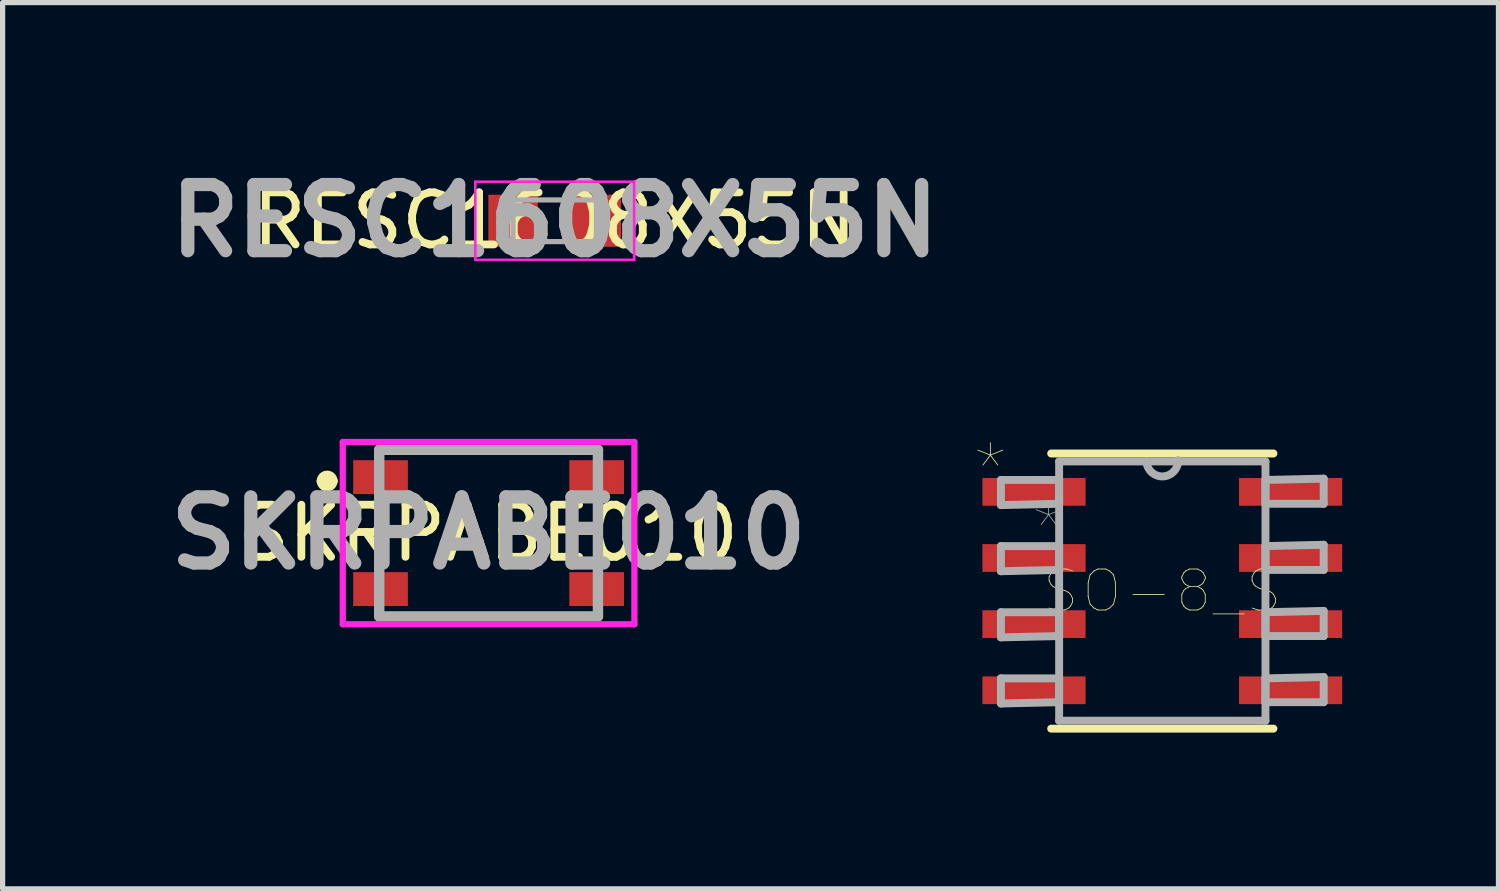
<source format=kicad_pcb>
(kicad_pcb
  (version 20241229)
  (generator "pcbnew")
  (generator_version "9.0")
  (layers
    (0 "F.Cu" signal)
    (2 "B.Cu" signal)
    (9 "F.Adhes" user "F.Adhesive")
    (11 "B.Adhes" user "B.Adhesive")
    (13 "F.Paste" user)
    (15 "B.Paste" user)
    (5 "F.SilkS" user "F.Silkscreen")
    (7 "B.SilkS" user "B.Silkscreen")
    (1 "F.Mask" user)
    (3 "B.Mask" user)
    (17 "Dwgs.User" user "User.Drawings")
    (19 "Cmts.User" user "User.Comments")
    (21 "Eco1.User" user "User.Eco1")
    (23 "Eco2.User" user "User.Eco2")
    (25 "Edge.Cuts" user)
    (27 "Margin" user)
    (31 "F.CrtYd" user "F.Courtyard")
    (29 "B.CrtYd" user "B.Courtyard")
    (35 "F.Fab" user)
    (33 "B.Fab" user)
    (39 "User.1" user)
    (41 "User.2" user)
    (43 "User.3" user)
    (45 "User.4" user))
  (footprint "SKRPABE010"
    (layer "F.Cu")
    (at 6.332 7.187)
    (property "Reference" "SKRPABE010" (at 0 0 0) (layer "F.SilkS") (effects (font (size 1 1) (thickness 0.15))))
    (attr smd)
    (fp_line (start -3.2 -1) (end -3.2 -1) (stroke (width 0.2) (type solid)) (layer "F.SilkS"))
    (fp_line (start -3 -1) (end -3 -1) (stroke (width 0.1) (type solid)) (layer "F.SilkS"))
    (fp_line (start -3 -1) (end -3 -1) (stroke (width 0.2) (type solid)) (layer "F.SilkS"))
    (fp_line (start -2.1 -0.4) (end -2.1 0.4) (stroke (width 0.1) (type solid)) (layer "F.SilkS"))
    (fp_line (start -1.2 -1.6) (end 1.2 -1.6) (stroke (width 0.1) (type solid)) (layer "F.SilkS"))
    (fp_line (start -1.2 1.6) (end 1.2 1.6) (stroke (width 0.1) (type solid)) (layer "F.SilkS"))
    (fp_line (start 2.1 -0.4) (end 2.1 0.4) (stroke (width 0.1) (type solid)) (layer "F.SilkS"))
    (fp_arc (start -3.2 -1) (mid -3.1 -1.1) (end -3 -1) (stroke (width 0.2) (type solid)) (layer "F.SilkS"))
    (fp_arc (start -3 -1) (mid -3.1 -0.9) (end -3.2 -1) (stroke (width 0.2) (type solid)) (layer "F.SilkS"))
    (fp_line (start -2.8 -1.75) (end -2.8 1.75) (stroke (width 0.12) (type solid)) (layer "F.CrtYd"))
    (fp_line (start -2.8 1.75) (end 2.8 1.75) (stroke (width 0.12) (type solid)) (layer "F.CrtYd"))
    (fp_line (start 2.8 -1.75) (end -2.8 -1.75) (stroke (width 0.12) (type solid)) (layer "F.CrtYd"))
    (fp_line (start 2.8 1.75) (end 2.8 -1.75) (stroke (width 0.12) (type solid)) (layer "F.CrtYd"))
    (fp_line (start -2.1 -1.6) (end 2.1 -1.6) (stroke (width 0.2) (type solid)) (layer "F.Fab"))
    (fp_line (start -2.1 1.6) (end -2.1 -1.6) (stroke (width 0.2) (type solid)) (layer "F.Fab"))
    (fp_line (start 2.1 -1.6) (end 2.1 1.6) (stroke (width 0.2) (type solid)) (layer "F.Fab"))
    (fp_line (start 2.1 1.6) (end -2.1 1.6) (stroke (width 0.2) (type solid)) (layer "F.Fab"))
    (fp_text user "${REFERENCE}" (at 0 0 0) (layer "F.Fab") (effects (font (size 1.27 1.27) (thickness 0.254))))
    (pad "1" smd rect (at -2.075 -1.075 90) (size 0.65 1.05) (layers "F.Cu" "F.Mask" "F.Paste"))
    (pad "2" smd rect (at 2.075 -1.075 90) (size 0.65 1.05) (layers "F.Cu" "F.Mask" "F.Paste"))
    (pad "3" smd rect (at -2.075 1.075 90) (size 0.65 1.05) (layers "F.Cu" "F.Mask" "F.Paste"))
    (pad "4" smd rect (at 2.075 1.075 90) (size 0.65 1.05) (layers "F.Cu" "F.Mask" "F.Paste")))
  (footprint "RESC1608X55N"
    (layer "F.Cu")
    (at 7.602 1.189)
    (property "Reference" "RESC1608X55N" (at 0 0 0) (layer "F.SilkS") (effects (font (size 1 1) (thickness 0.15))))
    (attr smd)
    (fp_line (start -1.525 -0.75) (end 1.525 -0.75) (stroke (width 0.05) (type solid)) (layer "F.CrtYd"))
    (fp_line (start -1.525 0.75) (end -1.525 -0.75) (stroke (width 0.05) (type solid)) (layer "F.CrtYd"))
    (fp_line (start 1.525 -0.75) (end 1.525 0.75) (stroke (width 0.05) (type solid)) (layer "F.CrtYd"))
    (fp_line (start 1.525 0.75) (end -1.525 0.75) (stroke (width 0.05) (type solid)) (layer "F.CrtYd"))
    (fp_line (start -0.8 -0.4) (end 0.8 -0.4) (stroke (width 0.1) (type solid)) (layer "F.Fab"))
    (fp_line (start -0.8 0.4) (end -0.8 -0.4) (stroke (width 0.1) (type solid)) (layer "F.Fab"))
    (fp_line (start 0.8 -0.4) (end 0.8 0.4) (stroke (width 0.1) (type solid)) (layer "F.Fab"))
    (fp_line (start 0.8 0.4) (end -0.8 0.4) (stroke (width 0.1) (type solid)) (layer "F.Fab"))
    (fp_text user "${REFERENCE}" (at 0 0 0) (layer "F.Fab") (effects (font (size 1.27 1.27) (thickness 0.254))))
    (pad "1" smd rect (at -0.8 0) (size 0.95 1) (layers "F.Cu" "F.Mask" "F.Paste"))
    (pad "2" smd rect (at 0.8 0) (size 0.95 1) (layers "F.Cu" "F.Mask" "F.Paste")))
  (footprint "SO-8_S"
    (layer "F.Cu")
    (at 19.269 8.3)
    (property "Reference" "SO-8_S" (at 0 0 0) (layer "F.SilkS") (effects (font (size 0.787 0.787) (thickness 0.015))))
    (attr through_hole)
    (fp_line (start -2.134 2.642) (end 2.134 2.642) (stroke (width 0.152) (type solid)) (layer "F.SilkS"))
    (fp_line (start 2.134 -2.642) (end -2.134 -2.642) (stroke (width 0.152) (type solid)) (layer "F.SilkS"))
    (fp_line (start -3.099 -2.134) (end -3.099 -1.651) (stroke (width 0.152) (type solid)) (layer "F.Fab"))
    (fp_line (start -3.099 -1.651) (end -1.981 -1.676) (stroke (width 0.152) (type solid)) (layer "F.Fab"))
    (fp_line (start -3.099 -0.864) (end -3.099 -0.381) (stroke (width 0.152) (type solid)) (layer "F.Fab"))
    (fp_line (start -3.099 -0.381) (end -1.981 -0.406) (stroke (width 0.152) (type solid)) (layer "F.Fab"))
    (fp_line (start -3.099 0.406) (end -3.099 0.889) (stroke (width 0.152) (type solid)) (layer "F.Fab"))
    (fp_line (start -3.099 0.889) (end -1.981 0.864) (stroke (width 0.152) (type solid)) (layer "F.Fab"))
    (fp_line (start -3.099 1.676) (end -3.099 2.159) (stroke (width 0.152) (type solid)) (layer "F.Fab"))
    (fp_line (start -3.099 2.159) (end -1.981 2.134) (stroke (width 0.152) (type solid)) (layer "F.Fab"))
    (fp_line (start -1.981 -2.489) (end -1.981 2.489) (stroke (width 0.152) (type solid)) (layer "F.Fab"))
    (fp_line (start -1.981 -2.134) (end -3.099 -2.134) (stroke (width 0.152) (type solid)) (layer "F.Fab"))
    (fp_line (start -1.981 -1.676) (end -1.981 -2.134) (stroke (width 0.152) (type solid)) (layer "F.Fab"))
    (fp_line (start -1.981 -0.864) (end -3.099 -0.864) (stroke (width 0.152) (type solid)) (layer "F.Fab"))
    (fp_line (start -1.981 -0.406) (end -1.981 -0.864) (stroke (width 0.152) (type solid)) (layer "F.Fab"))
    (fp_line (start -1.981 0.406) (end -3.099 0.406) (stroke (width 0.152) (type solid)) (layer "F.Fab"))
    (fp_line (start -1.981 0.864) (end -1.981 0.406) (stroke (width 0.152) (type solid)) (layer "F.Fab"))
    (fp_line (start -1.981 1.676) (end -3.099 1.676) (stroke (width 0.152) (type solid)) (layer "F.Fab"))
    (fp_line (start -1.981 2.134) (end -1.981 1.676) (stroke (width 0.152) (type solid)) (layer "F.Fab"))
    (fp_line (start -1.981 2.489) (end 1.981 2.489) (stroke (width 0.152) (type solid)) (layer "F.Fab"))
    (fp_line (start -0.305 -2.489) (end -1.981 -2.489) (stroke (width 0.152) (type solid)) (layer "F.Fab"))
    (fp_line (start 1.981 -2.489) (end -0.305 -2.489) (stroke (width 0.152) (type solid)) (layer "F.Fab"))
    (fp_line (start 1.981 -2.134) (end 1.981 -1.676) (stroke (width 0.152) (type solid)) (layer "F.Fab"))
    (fp_line (start 1.981 -1.676) (end 3.099 -1.676) (stroke (width 0.152) (type solid)) (layer "F.Fab"))
    (fp_line (start 1.981 -0.864) (end 1.981 -0.406) (stroke (width 0.152) (type solid)) (layer "F.Fab"))
    (fp_line (start 1.981 -0.406) (end 3.099 -0.406) (stroke (width 0.152) (type solid)) (layer "F.Fab"))
    (fp_line (start 1.981 0.406) (end 1.981 0.864) (stroke (width 0.152) (type solid)) (layer "F.Fab"))
    (fp_line (start 1.981 0.864) (end 3.099 0.864) (stroke (width 0.152) (type solid)) (layer "F.Fab"))
    (fp_line (start 1.981 1.676) (end 1.981 2.134) (stroke (width 0.152) (type solid)) (layer "F.Fab"))
    (fp_line (start 1.981 2.134) (end 3.099 2.134) (stroke (width 0.152) (type solid)) (layer "F.Fab"))
    (fp_line (start 1.981 2.489) (end 1.981 -2.489) (stroke (width 0.152) (type solid)) (layer "F.Fab"))
    (fp_line (start 3.099 -2.159) (end 1.981 -2.134) (stroke (width 0.152) (type solid)) (layer "F.Fab"))
    (fp_line (start 3.099 -1.676) (end 3.099 -2.159) (stroke (width 0.152) (type solid)) (layer "F.Fab"))
    (fp_line (start 3.099 -0.889) (end 1.981 -0.864) (stroke (width 0.152) (type solid)) (layer "F.Fab"))
    (fp_line (start 3.099 -0.406) (end 3.099 -0.889) (stroke (width 0.152) (type solid)) (layer "F.Fab"))
    (fp_line (start 3.099 0.381) (end 1.981 0.406) (stroke (width 0.152) (type solid)) (layer "F.Fab"))
    (fp_line (start 3.099 0.864) (end 3.099 0.381) (stroke (width 0.152) (type solid)) (layer "F.Fab"))
    (fp_line (start 3.099 1.651) (end 1.981 1.676) (stroke (width 0.152) (type solid)) (layer "F.Fab"))
    (fp_line (start 3.099 2.134) (end 3.099 1.651) (stroke (width 0.152) (type solid)) (layer "F.Fab"))
    (fp_arc (start 0.3048 -2.5146) (mid 0.0127 -2.1971) (end -0.3048 -2.4892) (stroke (width 0.1524) (type solid)) (layer "F.Fab"))
    (fp_text user "*" (at -3.302 -2.311 0) (layer "F.SilkS") (effects (font (size 1 1) (thickness 0.015))))
    (fp_text user "*" (at -2.184 -1.168 0) (layer "F.Fab") (effects (font (size 1 1) (thickness 0.015))))
    (pad "1" smd rect (at -2.464 -1.905) (size 1.981 0.533) (layers "F.Cu" "F.Mask" "F.Paste"))
    (pad "2" smd rect (at -2.464 -0.635) (size 1.981 0.533) (layers "F.Cu" "F.Mask" "F.Paste"))
    (pad "3" smd rect (at -2.464 0.635) (size 1.981 0.533) (layers "F.Cu" "F.Mask" "F.Paste"))
    (pad "4" smd rect (at -2.464 1.905) (size 1.981 0.533) (layers "F.Cu" "F.Mask" "F.Paste"))
    (pad "5" smd rect (at 2.464 1.905) (size 1.981 0.533) (layers "F.Cu" "F.Mask" "F.Paste"))
    (pad "6" smd rect (at 2.464 0.635) (size 1.981 0.533) (layers "F.Cu" "F.Mask" "F.Paste"))
    (pad "7" smd rect (at 2.464 -0.635) (size 1.981 0.533) (layers "F.Cu" "F.Mask" "F.Paste"))
    (pad "8" smd rect (at 2.464 -1.905) (size 1.981 0.533) (layers "F.Cu" "F.Mask" "F.Paste")))
  (gr_rect
    (start -3 -3)
    (end 25.724 14.018)
    (stroke (width 0.1) (type default))
    (fill no)
    (layer "Edge.Cuts")))
</source>
